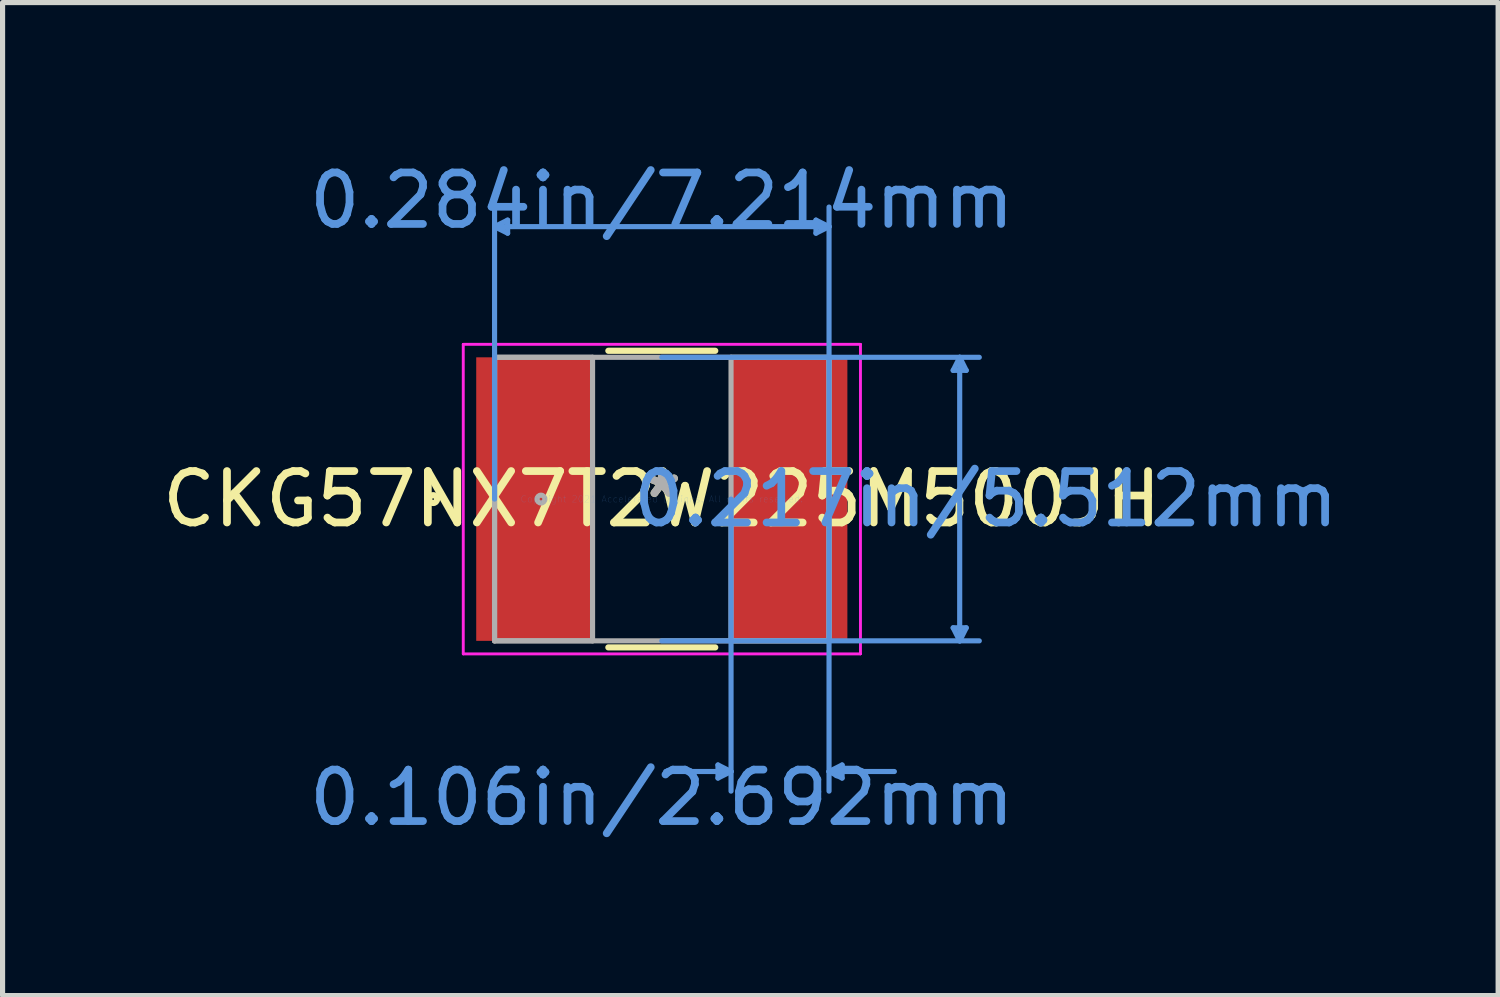
<source format=kicad_pcb>
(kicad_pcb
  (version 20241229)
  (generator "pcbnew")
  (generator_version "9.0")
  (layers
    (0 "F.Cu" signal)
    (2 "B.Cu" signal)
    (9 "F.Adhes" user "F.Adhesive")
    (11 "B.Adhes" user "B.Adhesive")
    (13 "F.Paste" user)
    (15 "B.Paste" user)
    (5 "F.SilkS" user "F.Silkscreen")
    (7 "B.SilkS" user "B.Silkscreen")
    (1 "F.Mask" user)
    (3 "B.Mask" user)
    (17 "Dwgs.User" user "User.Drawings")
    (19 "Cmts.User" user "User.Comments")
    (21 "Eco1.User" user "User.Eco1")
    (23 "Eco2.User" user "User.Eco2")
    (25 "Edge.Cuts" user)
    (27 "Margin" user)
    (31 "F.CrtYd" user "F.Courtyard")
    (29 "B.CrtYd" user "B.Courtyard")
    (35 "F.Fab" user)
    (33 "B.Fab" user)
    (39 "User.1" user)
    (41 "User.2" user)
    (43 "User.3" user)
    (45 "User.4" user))
  (footprint "CKG57NX7T2W225M500JH"
    (layer "F.Cu")
    (at 9.815 6.652)
    (property "Reference" "CKG57NX7T2W225M500JH" (at 0 0 0) (layer "F.SilkS") (effects (font (size 1 1) (thickness 0.15))))
    (attr through_hole)
    (fp_line (start -1.039 2.883) (end 1.039 2.883) (stroke (width 0.12) (type solid)) (layer "F.SilkS"))
    (fp_line (start 1.039 -2.883) (end -1.039 -2.883) (stroke (width 0.12) (type solid)) (layer "F.SilkS"))
    (fp_circle (center -4.445 0) (end -4.369 0) (stroke (width 0.12) (type solid)) (fill no) (layer "F.SilkS"))
    (fp_line (start -3.251 -5.296) (end -2.997 -5.423) (stroke (width 0.1) (type solid)) (layer "Cmts.User"))
    (fp_line (start -3.251 -5.296) (end -2.997 -5.169) (stroke (width 0.1) (type solid)) (layer "Cmts.User"))
    (fp_line (start -3.251 -5.296) (end 3.251 -5.296) (stroke (width 0.1) (type solid)) (layer "Cmts.User"))
    (fp_line (start -3.251 0) (end -3.251 -5.677) (stroke (width 0.1) (type solid)) (layer "Cmts.User"))
    (fp_line (start -2.997 -5.423) (end -2.997 -5.169) (stroke (width 0.1) (type solid)) (layer "Cmts.User"))
    (fp_line (start 0 -2.756) (end 6.172 -2.756) (stroke (width 0.1) (type solid)) (layer "Cmts.User"))
    (fp_line (start 0 2.756) (end 6.172 2.756) (stroke (width 0.1) (type solid)) (layer "Cmts.User"))
    (fp_line (start 1.092 5.169) (end 1.092 5.423) (stroke (width 0.1) (type solid)) (layer "Cmts.User"))
    (fp_line (start 1.346 0) (end 1.346 5.677) (stroke (width 0.1) (type solid)) (layer "Cmts.User"))
    (fp_line (start 1.346 5.296) (end 0.076 5.296) (stroke (width 0.1) (type solid)) (layer "Cmts.User"))
    (fp_line (start 1.346 5.296) (end 1.092 5.169) (stroke (width 0.1) (type solid)) (layer "Cmts.User"))
    (fp_line (start 1.346 5.296) (end 1.092 5.423) (stroke (width 0.1) (type solid)) (layer "Cmts.User"))
    (fp_line (start 2.997 -5.423) (end 2.997 -5.169) (stroke (width 0.1) (type solid)) (layer "Cmts.User"))
    (fp_line (start 3.251 -5.296) (end 2.997 -5.423) (stroke (width 0.1) (type solid)) (layer "Cmts.User"))
    (fp_line (start 3.251 -5.296) (end 2.997 -5.169) (stroke (width 0.1) (type solid)) (layer "Cmts.User"))
    (fp_line (start 3.251 0) (end 3.251 -5.677) (stroke (width 0.1) (type solid)) (layer "Cmts.User"))
    (fp_line (start 3.251 0) (end 3.251 5.677) (stroke (width 0.1) (type solid)) (layer "Cmts.User"))
    (fp_line (start 3.251 5.296) (end 3.505 5.169) (stroke (width 0.1) (type solid)) (layer "Cmts.User"))
    (fp_line (start 3.251 5.296) (end 3.505 5.423) (stroke (width 0.1) (type solid)) (layer "Cmts.User"))
    (fp_line (start 3.251 5.296) (end 4.521 5.296) (stroke (width 0.1) (type solid)) (layer "Cmts.User"))
    (fp_line (start 3.505 5.169) (end 3.505 5.423) (stroke (width 0.1) (type solid)) (layer "Cmts.User"))
    (fp_line (start 5.664 -2.502) (end 5.918 -2.502) (stroke (width 0.1) (type solid)) (layer "Cmts.User"))
    (fp_line (start 5.664 2.502) (end 5.918 2.502) (stroke (width 0.1) (type solid)) (layer "Cmts.User"))
    (fp_line (start 5.791 -2.756) (end 5.664 -2.502) (stroke (width 0.1) (type solid)) (layer "Cmts.User"))
    (fp_line (start 5.791 -2.756) (end 5.791 2.756) (stroke (width 0.1) (type solid)) (layer "Cmts.User"))
    (fp_line (start 5.791 -2.756) (end 5.918 -2.502) (stroke (width 0.1) (type solid)) (layer "Cmts.User"))
    (fp_line (start 5.791 2.756) (end 5.664 2.502) (stroke (width 0.1) (type solid)) (layer "Cmts.User"))
    (fp_line (start 5.791 2.756) (end 5.918 2.502) (stroke (width 0.1) (type solid)) (layer "Cmts.User"))
    (fp_line (start -3.861 -3.01) (end 3.861 -3.01) (stroke (width 0.05) (type solid)) (layer "F.CrtYd"))
    (fp_line (start -3.861 -3.01) (end 3.861 -3.01) (stroke (width 0.05) (type solid)) (layer "F.CrtYd"))
    (fp_line (start -3.861 3.01) (end -3.861 -3.01) (stroke (width 0.05) (type solid)) (layer "F.CrtYd"))
    (fp_line (start -3.861 3.01) (end -3.861 -3.01) (stroke (width 0.05) (type solid)) (layer "F.CrtYd"))
    (fp_line (start 3.861 -3.01) (end 3.861 3.01) (stroke (width 0.05) (type solid)) (layer "F.CrtYd"))
    (fp_line (start 3.861 -3.01) (end 3.861 3.01) (stroke (width 0.05) (type solid)) (layer "F.CrtYd"))
    (fp_line (start 3.861 3.01) (end -3.861 3.01) (stroke (width 0.05) (type solid)) (layer "F.CrtYd"))
    (fp_line (start 3.861 3.01) (end -3.861 3.01) (stroke (width 0.05) (type solid)) (layer "F.CrtYd"))
    (fp_line (start -3.251 -2.756) (end -3.251 2.756) (stroke (width 0.1) (type solid)) (layer "F.Fab"))
    (fp_line (start -3.251 -2.756) (end -3.251 2.756) (stroke (width 0.1) (type solid)) (layer "F.Fab"))
    (fp_line (start -3.251 2.756) (end -1.346 2.756) (stroke (width 0.1) (type solid)) (layer "F.Fab"))
    (fp_line (start -3.251 2.756) (end 3.251 2.756) (stroke (width 0.1) (type solid)) (layer "F.Fab"))
    (fp_line (start -1.346 -2.756) (end -3.251 -2.756) (stroke (width 0.1) (type solid)) (layer "F.Fab"))
    (fp_line (start -1.346 2.756) (end -1.346 -2.756) (stroke (width 0.1) (type solid)) (layer "F.Fab"))
    (fp_line (start 1.346 -2.756) (end 1.346 2.756) (stroke (width 0.1) (type solid)) (layer "F.Fab"))
    (fp_line (start 1.346 2.756) (end 3.251 2.756) (stroke (width 0.1) (type solid)) (layer "F.Fab"))
    (fp_line (start 3.251 -2.756) (end -3.251 -2.756) (stroke (width 0.1) (type solid)) (layer "F.Fab"))
    (fp_line (start 3.251 -2.756) (end 1.346 -2.756) (stroke (width 0.1) (type solid)) (layer "F.Fab"))
    (fp_line (start 3.251 2.756) (end 3.251 -2.756) (stroke (width 0.1) (type solid)) (layer "F.Fab"))
    (fp_line (start 3.251 2.756) (end 3.251 -2.756) (stroke (width 0.1) (type solid)) (layer "F.Fab"))
    (fp_circle (center -2.349 0) (end -2.273 0) (stroke (width 0.1) (type solid)) (fill no) (layer "F.Fab"))
    (fp_text user "*" (at 0 0 0) (layer "F.SilkS") (effects (font (size 1 1) (thickness 0.15))))
    (fp_text user "0.106in/2.692mm" (at 0 5.804 0) (layer "Cmts.User") (effects (font (size 1 1) (thickness 0.15))))
    (fp_text user "0.284in/7.214mm" (at 0 -5.804 0) (layer "Cmts.User") (effects (font (size 1 1) (thickness 0.15))))
    (fp_text user "0.217in/5.512mm" (at 6.299 0 0) (layer "Cmts.User") (effects (font (size 1 1) (thickness 0.15))))
    (fp_text user "Copyright 2021 Accelerated Designs. All rights reserved." (at 0 0 0) (layer "Cmts.User") (effects (font (size 0.127 0.127) (thickness 0.002))))
    (fp_text user "*" (at 0 0 0) (layer "F.Fab") (effects (font (size 1 1) (thickness 0.15))))
    (pad "1" smd rect (at -2.477 0) (size 2.261 5.512) (layers "F.Cu" "F.Mask" "F.Paste"))
    (pad "2" smd rect (at 2.477 0) (size 2.261 5.512) (layers "F.Cu" "F.Mask" "F.Paste")))
  (gr_rect
    (start -3 -3)
    (end 26.073 16.304)
    (stroke (width 0.1) (type default))
    (fill no)
    (layer "Edge.Cuts")))
</source>
